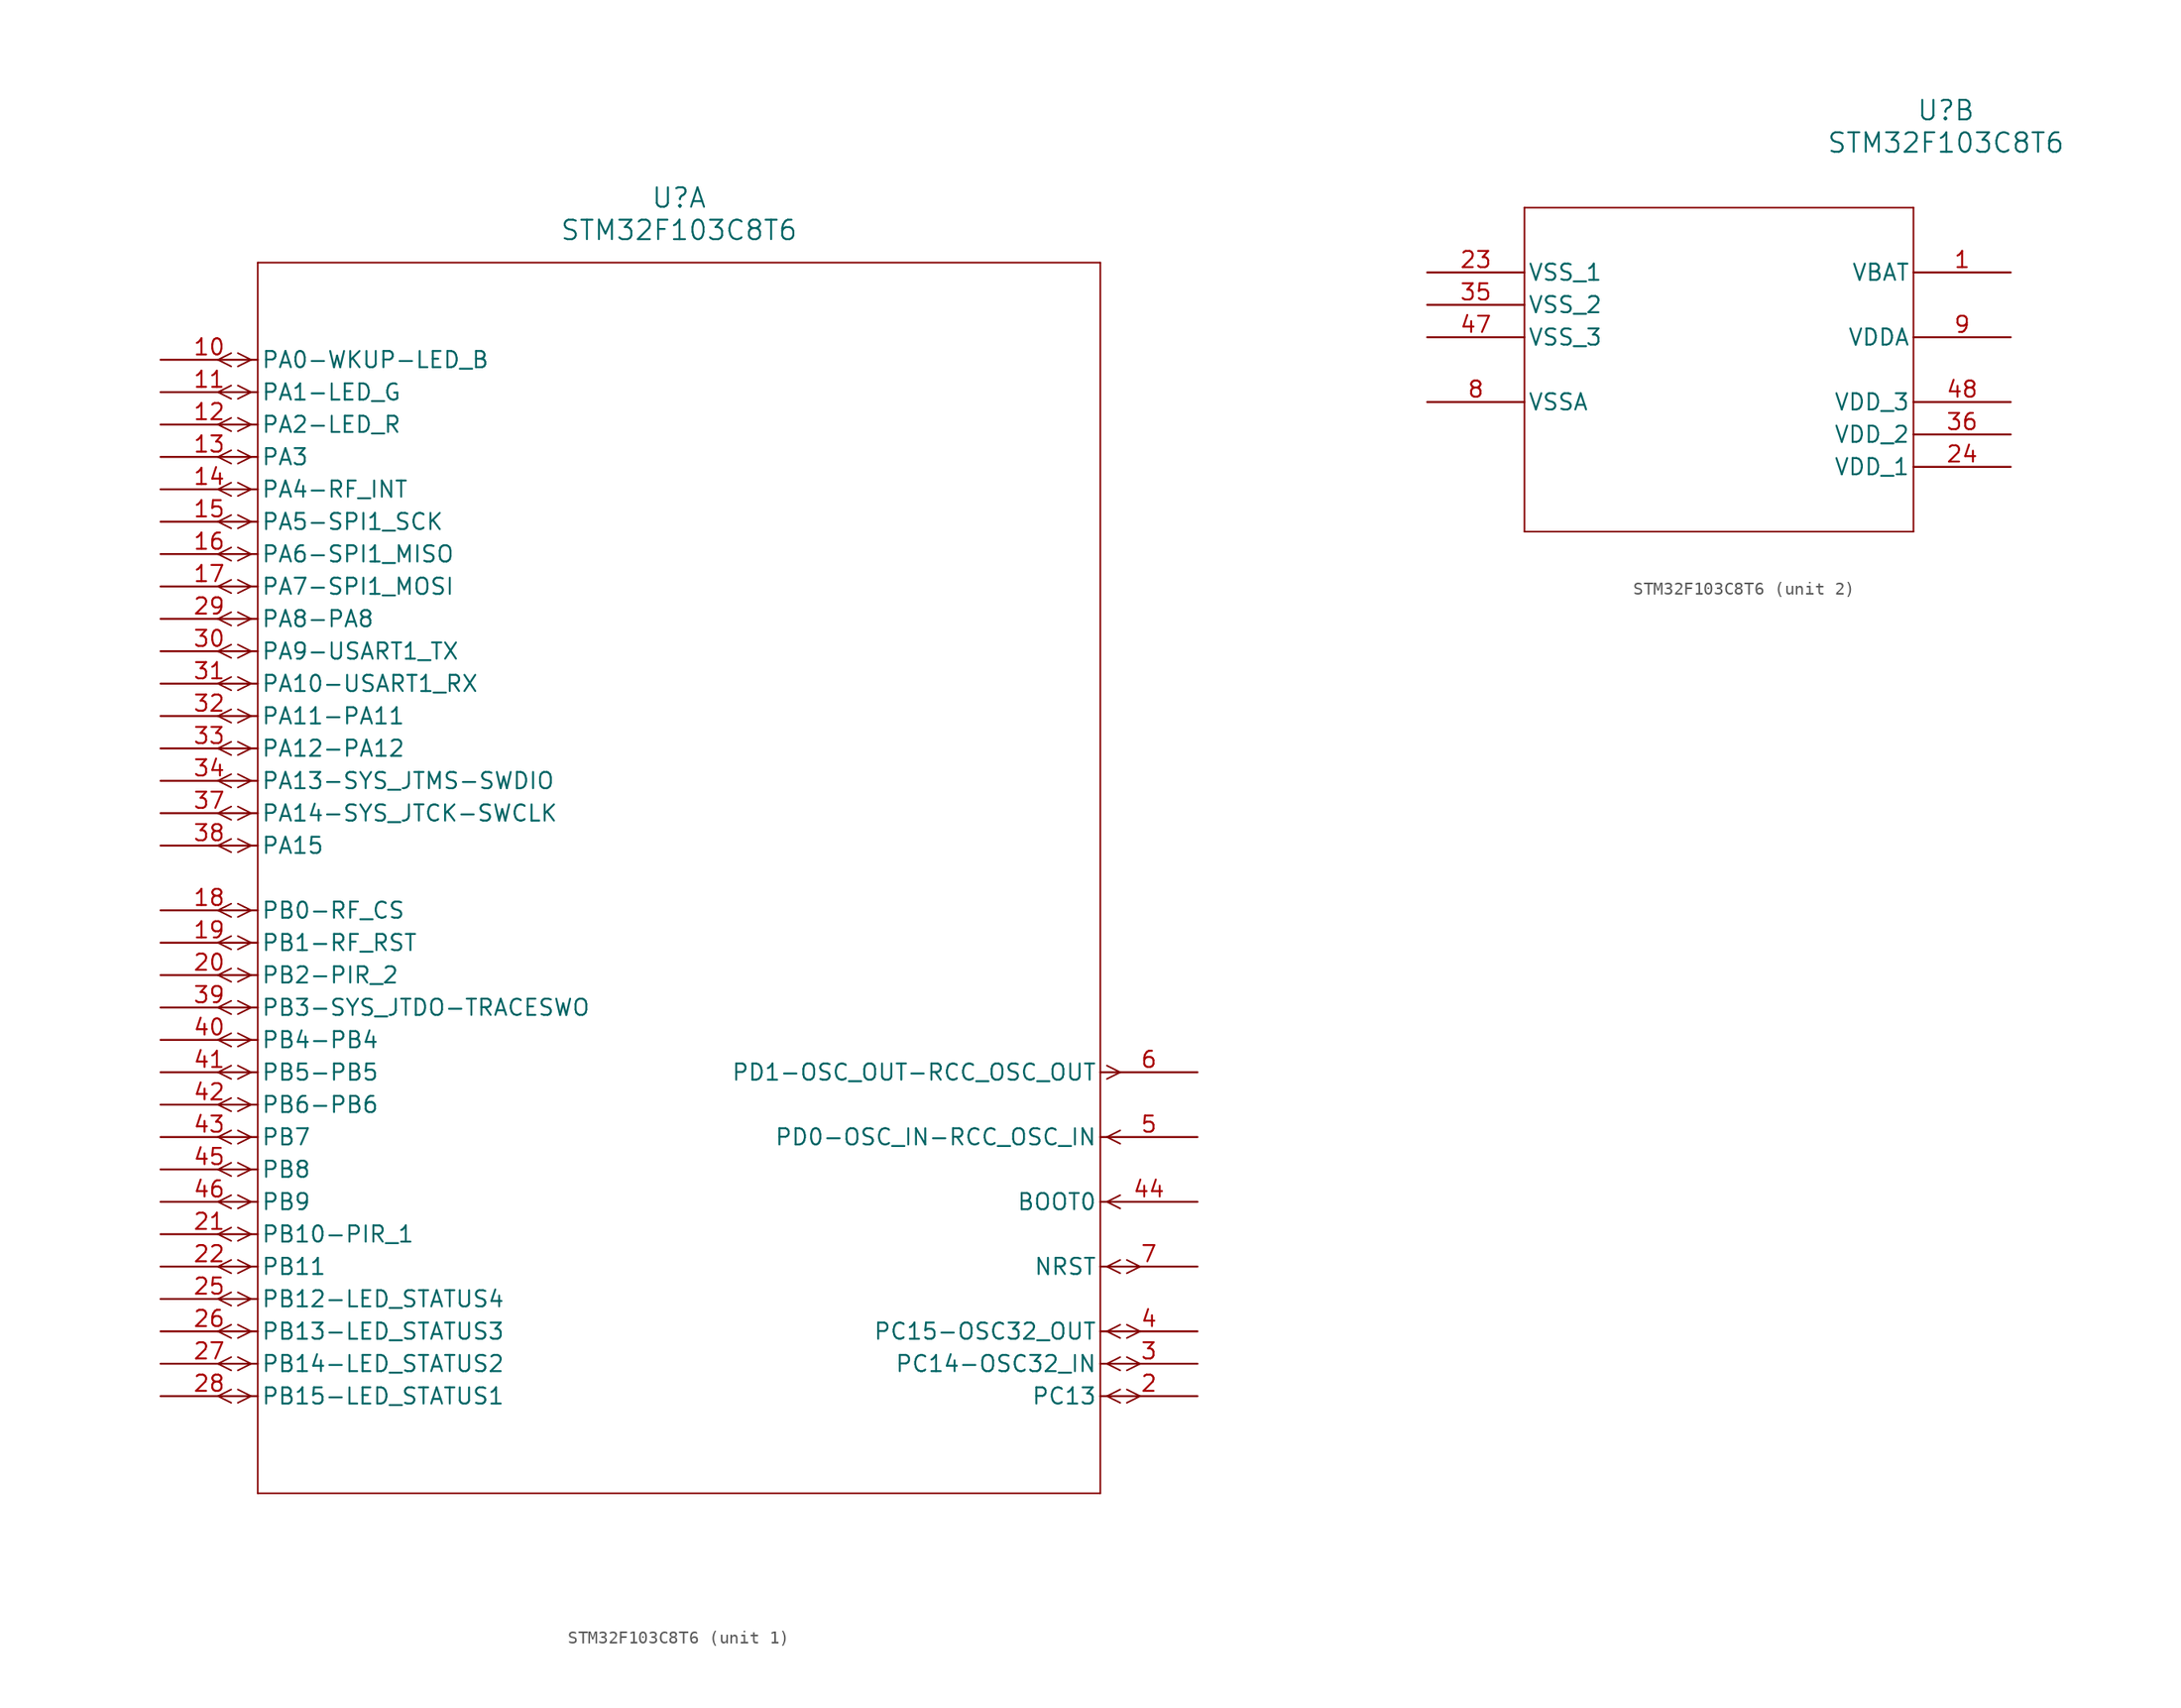
<source format=kicad_sym>
(kicad_symbol_lib
  (version 20211014)
  (generator kicad_symbol_editor)
  (symbol "STM32F103C8T6"
    (pin_names
      (offset 0.254))
    (property "Reference" "U"
      (at 40.64 12.7 0)
      (effects (font (size 1.524 1.524))))
    (property "Value" "STM32F103C8T6"
      (at 40.64 10.16 0)
      (effects (font (size 1.524 1.524))))
    (symbol "STM32F103C8T6_1_1"
      (polyline (pts (xy 7.099 0) (xy 6.058 0.521)) (stroke (width 0.127) (type default) (color 0 0 0 0)) (fill (type none)))
      (polyline (pts (xy 7.099 0) (xy 6.058 -0.521)) (stroke (width 0.127) (type default) (color 0 0 0 0)) (fill (type none)))
      (polyline (pts (xy 5.537 0.521) (xy 4.496 0)) (stroke (width 0.127) (type default) (color 0 0 0 0)) (fill (type none)))
      (polyline (pts (xy 5.537 -0.521) (xy 4.496 0)) (stroke (width 0.127) (type default) (color 0 0 0 0)) (fill (type none)))
      (polyline (pts (xy 7.099 -2.54) (xy 6.058 -2.019)) (stroke (width 0.127) (type default) (color 0 0 0 0)) (fill (type none)))
      (polyline (pts (xy 7.099 -2.54) (xy 6.058 -3.061)) (stroke (width 0.127) (type default) (color 0 0 0 0)) (fill (type none)))
      (polyline (pts (xy 5.537 -2.019) (xy 4.496 -2.54)) (stroke (width 0.127) (type default) (color 0 0 0 0)) (fill (type none)))
      (polyline (pts (xy 5.537 -3.061) (xy 4.496 -2.54)) (stroke (width 0.127) (type default) (color 0 0 0 0)) (fill (type none)))
      (polyline (pts (xy 7.099 -5.08) (xy 6.058 -4.559)) (stroke (width 0.127) (type default) (color 0 0 0 0)) (fill (type none)))
      (polyline (pts (xy 7.099 -5.08) (xy 6.058 -5.601)) (stroke (width 0.127) (type default) (color 0 0 0 0)) (fill (type none)))
      (polyline (pts (xy 5.537 -4.559) (xy 4.496 -5.08)) (stroke (width 0.127) (type default) (color 0 0 0 0)) (fill (type none)))
      (polyline (pts (xy 5.537 -5.601) (xy 4.496 -5.08)) (stroke (width 0.127) (type default) (color 0 0 0 0)) (fill (type none)))
      (polyline (pts (xy 7.099 -7.62) (xy 6.058 -7.099)) (stroke (width 0.127) (type default) (color 0 0 0 0)) (fill (type none)))
      (polyline (pts (xy 7.099 -7.62) (xy 6.058 -8.141)) (stroke (width 0.127) (type default) (color 0 0 0 0)) (fill (type none)))
      (polyline (pts (xy 5.537 -7.099) (xy 4.496 -7.62)) (stroke (width 0.127) (type default) (color 0 0 0 0)) (fill (type none)))
      (polyline (pts (xy 5.537 -8.141) (xy 4.496 -7.62)) (stroke (width 0.127) (type default) (color 0 0 0 0)) (fill (type none)))
      (polyline (pts (xy 7.099 -10.16) (xy 6.058 -9.639)) (stroke (width 0.127) (type default) (color 0 0 0 0)) (fill (type none)))
      (polyline (pts (xy 7.099 -10.16) (xy 6.058 -10.681)) (stroke (width 0.127) (type default) (color 0 0 0 0)) (fill (type none)))
      (polyline (pts (xy 5.537 -9.639) (xy 4.496 -10.16)) (stroke (width 0.127) (type default) (color 0 0 0 0)) (fill (type none)))
      (polyline (pts (xy 5.537 -10.681) (xy 4.496 -10.16)) (stroke (width 0.127) (type default) (color 0 0 0 0)) (fill (type none)))
      (polyline (pts (xy 7.099 -12.7) (xy 6.058 -12.179)) (stroke (width 0.127) (type default) (color 0 0 0 0)) (fill (type none)))
      (polyline (pts (xy 7.099 -12.7) (xy 6.058 -13.221)) (stroke (width 0.127) (type default) (color 0 0 0 0)) (fill (type none)))
      (polyline (pts (xy 5.537 -12.179) (xy 4.496 -12.7)) (stroke (width 0.127) (type default) (color 0 0 0 0)) (fill (type none)))
      (polyline (pts (xy 5.537 -13.221) (xy 4.496 -12.7)) (stroke (width 0.127) (type default) (color 0 0 0 0)) (fill (type none)))
      (polyline (pts (xy 7.099 -15.24) (xy 6.058 -14.719)) (stroke (width 0.127) (type default) (color 0 0 0 0)) (fill (type none)))
      (polyline (pts (xy 7.099 -15.24) (xy 6.058 -15.761)) (stroke (width 0.127) (type default) (color 0 0 0 0)) (fill (type none)))
      (polyline (pts (xy 5.537 -14.719) (xy 4.496 -15.24)) (stroke (width 0.127) (type default) (color 0 0 0 0)) (fill (type none)))
      (polyline (pts (xy 5.537 -15.761) (xy 4.496 -15.24)) (stroke (width 0.127) (type default) (color 0 0 0 0)) (fill (type none)))
      (polyline (pts (xy 7.099 -17.78) (xy 6.058 -17.259)) (stroke (width 0.127) (type default) (color 0 0 0 0)) (fill (type none)))
      (polyline (pts (xy 7.099 -17.78) (xy 6.058 -18.301)) (stroke (width 0.127) (type default) (color 0 0 0 0)) (fill (type none)))
      (polyline (pts (xy 5.537 -17.259) (xy 4.496 -17.78)) (stroke (width 0.127) (type default) (color 0 0 0 0)) (fill (type none)))
      (polyline (pts (xy 5.537 -18.301) (xy 4.496 -17.78)) (stroke (width 0.127) (type default) (color 0 0 0 0)) (fill (type none)))
      (polyline (pts (xy 7.099 -20.32) (xy 6.058 -19.799)) (stroke (width 0.127) (type default) (color 0 0 0 0)) (fill (type none)))
      (polyline (pts (xy 7.099 -20.32) (xy 6.058 -20.841)) (stroke (width 0.127) (type default) (color 0 0 0 0)) (fill (type none)))
      (polyline (pts (xy 5.537 -19.799) (xy 4.496 -20.32)) (stroke (width 0.127) (type default) (color 0 0 0 0)) (fill (type none)))
      (polyline (pts (xy 5.537 -20.841) (xy 4.496 -20.32)) (stroke (width 0.127) (type default) (color 0 0 0 0)) (fill (type none)))
      (polyline (pts (xy 7.099 -22.86) (xy 6.058 -22.339)) (stroke (width 0.127) (type default) (color 0 0 0 0)) (fill (type none)))
      (polyline (pts (xy 7.099 -22.86) (xy 6.058 -23.381)) (stroke (width 0.127) (type default) (color 0 0 0 0)) (fill (type none)))
      (polyline (pts (xy 5.537 -22.339) (xy 4.496 -22.86)) (stroke (width 0.127) (type default) (color 0 0 0 0)) (fill (type none)))
      (polyline (pts (xy 5.537 -23.381) (xy 4.496 -22.86)) (stroke (width 0.127) (type default) (color 0 0 0 0)) (fill (type none)))
      (polyline (pts (xy 7.099 -25.4) (xy 6.058 -24.879)) (stroke (width 0.127) (type default) (color 0 0 0 0)) (fill (type none)))
      (polyline (pts (xy 7.099 -25.4) (xy 6.058 -25.921)) (stroke (width 0.127) (type default) (color 0 0 0 0)) (fill (type none)))
      (polyline (pts (xy 5.537 -24.879) (xy 4.496 -25.4)) (stroke (width 0.127) (type default) (color 0 0 0 0)) (fill (type none)))
      (polyline (pts (xy 5.537 -25.921) (xy 4.496 -25.4)) (stroke (width 0.127) (type default) (color 0 0 0 0)) (fill (type none)))
      (polyline (pts (xy 7.099 -27.94) (xy 6.058 -27.419)) (stroke (width 0.127) (type default) (color 0 0 0 0)) (fill (type none)))
      (polyline (pts (xy 7.099 -27.94) (xy 6.058 -28.461)) (stroke (width 0.127) (type default) (color 0 0 0 0)) (fill (type none)))
      (polyline (pts (xy 5.537 -27.419) (xy 4.496 -27.94)) (stroke (width 0.127) (type default) (color 0 0 0 0)) (fill (type none)))
      (polyline (pts (xy 5.537 -28.461) (xy 4.496 -27.94)) (stroke (width 0.127) (type default) (color 0 0 0 0)) (fill (type none)))
      (polyline (pts (xy 7.099 -30.48) (xy 6.058 -29.959)) (stroke (width 0.127) (type default) (color 0 0 0 0)) (fill (type none)))
      (polyline (pts (xy 7.099 -30.48) (xy 6.058 -31.001)) (stroke (width 0.127) (type default) (color 0 0 0 0)) (fill (type none)))
      (polyline (pts (xy 5.537 -29.959) (xy 4.496 -30.48)) (stroke (width 0.127) (type default) (color 0 0 0 0)) (fill (type none)))
      (polyline (pts (xy 5.537 -31.001) (xy 4.496 -30.48)) (stroke (width 0.127) (type default) (color 0 0 0 0)) (fill (type none)))
      (polyline (pts (xy 7.099 -33.02) (xy 6.058 -32.499)) (stroke (width 0.127) (type default) (color 0 0 0 0)) (fill (type none)))
      (polyline (pts (xy 7.099 -33.02) (xy 6.058 -33.541)) (stroke (width 0.127) (type default) (color 0 0 0 0)) (fill (type none)))
      (polyline (pts (xy 5.537 -32.499) (xy 4.496 -33.02)) (stroke (width 0.127) (type default) (color 0 0 0 0)) (fill (type none)))
      (polyline (pts (xy 5.537 -33.541) (xy 4.496 -33.02)) (stroke (width 0.127) (type default) (color 0 0 0 0)) (fill (type none)))
      (polyline (pts (xy 7.099 -35.56) (xy 6.058 -35.039)) (stroke (width 0.127) (type default) (color 0 0 0 0)) (fill (type none)))
      (polyline (pts (xy 7.099 -35.56) (xy 6.058 -36.081)) (stroke (width 0.127) (type default) (color 0 0 0 0)) (fill (type none)))
      (polyline (pts (xy 5.537 -35.039) (xy 4.496 -35.56)) (stroke (width 0.127) (type default) (color 0 0 0 0)) (fill (type none)))
      (polyline (pts (xy 5.537 -36.081) (xy 4.496 -35.56)) (stroke (width 0.127) (type default) (color 0 0 0 0)) (fill (type none)))
      (polyline (pts (xy 7.099 -38.1) (xy 6.058 -37.579)) (stroke (width 0.127) (type default) (color 0 0 0 0)) (fill (type none)))
      (polyline (pts (xy 7.099 -38.1) (xy 6.058 -38.621)) (stroke (width 0.127) (type default) (color 0 0 0 0)) (fill (type none)))
      (polyline (pts (xy 5.537 -37.579) (xy 4.496 -38.1)) (stroke (width 0.127) (type default) (color 0 0 0 0)) (fill (type none)))
      (polyline (pts (xy 5.537 -38.621) (xy 4.496 -38.1)) (stroke (width 0.127) (type default) (color 0 0 0 0)) (fill (type none)))
      (polyline (pts (xy 7.099 -43.18) (xy 6.058 -42.659)) (stroke (width 0.127) (type default) (color 0 0 0 0)) (fill (type none)))
      (polyline (pts (xy 7.099 -43.18) (xy 6.058 -43.701)) (stroke (width 0.127) (type default) (color 0 0 0 0)) (fill (type none)))
      (polyline (pts (xy 5.537 -42.659) (xy 4.496 -43.18)) (stroke (width 0.127) (type default) (color 0 0 0 0)) (fill (type none)))
      (polyline (pts (xy 5.537 -43.701) (xy 4.496 -43.18)) (stroke (width 0.127) (type default) (color 0 0 0 0)) (fill (type none)))
      (polyline (pts (xy 7.099 -45.72) (xy 6.058 -45.199)) (stroke (width 0.127) (type default) (color 0 0 0 0)) (fill (type none)))
      (polyline (pts (xy 7.099 -45.72) (xy 6.058 -46.241)) (stroke (width 0.127) (type default) (color 0 0 0 0)) (fill (type none)))
      (polyline (pts (xy 5.537 -45.199) (xy 4.496 -45.72)) (stroke (width 0.127) (type default) (color 0 0 0 0)) (fill (type none)))
      (polyline (pts (xy 5.537 -46.241) (xy 4.496 -45.72)) (stroke (width 0.127) (type default) (color 0 0 0 0)) (fill (type none)))
      (polyline (pts (xy 7.099 -48.26) (xy 6.058 -47.739)) (stroke (width 0.127) (type default) (color 0 0 0 0)) (fill (type none)))
      (polyline (pts (xy 7.099 -48.26) (xy 6.058 -48.781)) (stroke (width 0.127) (type default) (color 0 0 0 0)) (fill (type none)))
      (polyline (pts (xy 5.537 -47.739) (xy 4.496 -48.26)) (stroke (width 0.127) (type default) (color 0 0 0 0)) (fill (type none)))
      (polyline (pts (xy 5.537 -48.781) (xy 4.496 -48.26)) (stroke (width 0.127) (type default) (color 0 0 0 0)) (fill (type none)))
      (polyline (pts (xy 7.099 -50.8) (xy 6.058 -50.279)) (stroke (width 0.127) (type default) (color 0 0 0 0)) (fill (type none)))
      (polyline (pts (xy 7.099 -50.8) (xy 6.058 -51.321)) (stroke (width 0.127) (type default) (color 0 0 0 0)) (fill (type none)))
      (polyline (pts (xy 5.537 -50.279) (xy 4.496 -50.8)) (stroke (width 0.127) (type default) (color 0 0 0 0)) (fill (type none)))
      (polyline (pts (xy 5.537 -51.321) (xy 4.496 -50.8)) (stroke (width 0.127) (type default) (color 0 0 0 0)) (fill (type none)))
      (polyline (pts (xy 7.099 -53.34) (xy 6.058 -52.819)) (stroke (width 0.127) (type default) (color 0 0 0 0)) (fill (type none)))
      (polyline (pts (xy 7.099 -53.34) (xy 6.058 -53.861)) (stroke (width 0.127) (type default) (color 0 0 0 0)) (fill (type none)))
      (polyline (pts (xy 5.537 -52.819) (xy 4.496 -53.34)) (stroke (width 0.127) (type default) (color 0 0 0 0)) (fill (type none)))
      (polyline (pts (xy 5.537 -53.861) (xy 4.496 -53.34)) (stroke (width 0.127) (type default) (color 0 0 0 0)) (fill (type none)))
      (polyline (pts (xy 7.099 -55.88) (xy 6.058 -55.359)) (stroke (width 0.127) (type default) (color 0 0 0 0)) (fill (type none)))
      (polyline (pts (xy 7.099 -55.88) (xy 6.058 -56.401)) (stroke (width 0.127) (type default) (color 0 0 0 0)) (fill (type none)))
      (polyline (pts (xy 5.537 -55.359) (xy 4.496 -55.88)) (stroke (width 0.127) (type default) (color 0 0 0 0)) (fill (type none)))
      (polyline (pts (xy 5.537 -56.401) (xy 4.496 -55.88)) (stroke (width 0.127) (type default) (color 0 0 0 0)) (fill (type none)))
      (polyline (pts (xy 7.099 -58.42) (xy 6.058 -57.899)) (stroke (width 0.127) (type default) (color 0 0 0 0)) (fill (type none)))
      (polyline (pts (xy 7.099 -58.42) (xy 6.058 -58.941)) (stroke (width 0.127) (type default) (color 0 0 0 0)) (fill (type none)))
      (polyline (pts (xy 5.537 -57.899) (xy 4.496 -58.42)) (stroke (width 0.127) (type default) (color 0 0 0 0)) (fill (type none)))
      (polyline (pts (xy 5.537 -58.941) (xy 4.496 -58.42)) (stroke (width 0.127) (type default) (color 0 0 0 0)) (fill (type none)))
      (polyline (pts (xy 7.099 -60.96) (xy 6.058 -60.439)) (stroke (width 0.127) (type default) (color 0 0 0 0)) (fill (type none)))
      (polyline (pts (xy 7.099 -60.96) (xy 6.058 -61.481)) (stroke (width 0.127) (type default) (color 0 0 0 0)) (fill (type none)))
      (polyline (pts (xy 5.537 -60.439) (xy 4.496 -60.96)) (stroke (width 0.127) (type default) (color 0 0 0 0)) (fill (type none)))
      (polyline (pts (xy 5.537 -61.481) (xy 4.496 -60.96)) (stroke (width 0.127) (type default) (color 0 0 0 0)) (fill (type none)))
      (polyline (pts (xy 7.099 -63.5) (xy 6.058 -62.979)) (stroke (width 0.127) (type default) (color 0 0 0 0)) (fill (type none)))
      (polyline (pts (xy 7.099 -63.5) (xy 6.058 -64.021)) (stroke (width 0.127) (type default) (color 0 0 0 0)) (fill (type none)))
      (polyline (pts (xy 5.537 -62.979) (xy 4.496 -63.5)) (stroke (width 0.127) (type default) (color 0 0 0 0)) (fill (type none)))
      (polyline (pts (xy 5.537 -64.021) (xy 4.496 -63.5)) (stroke (width 0.127) (type default) (color 0 0 0 0)) (fill (type none)))
      (polyline (pts (xy 7.099 -66.04) (xy 6.058 -65.519)) (stroke (width 0.127) (type default) (color 0 0 0 0)) (fill (type none)))
      (polyline (pts (xy 7.099 -66.04) (xy 6.058 -66.561)) (stroke (width 0.127) (type default) (color 0 0 0 0)) (fill (type none)))
      (polyline (pts (xy 5.537 -65.519) (xy 4.496 -66.04)) (stroke (width 0.127) (type default) (color 0 0 0 0)) (fill (type none)))
      (polyline (pts (xy 5.537 -66.561) (xy 4.496 -66.04)) (stroke (width 0.127) (type default) (color 0 0 0 0)) (fill (type none)))
      (polyline (pts (xy 7.099 -68.58) (xy 6.058 -68.059)) (stroke (width 0.127) (type default) (color 0 0 0 0)) (fill (type none)))
      (polyline (pts (xy 7.099 -68.58) (xy 6.058 -69.101)) (stroke (width 0.127) (type default) (color 0 0 0 0)) (fill (type none)))
      (polyline (pts (xy 5.537 -68.059) (xy 4.496 -68.58)) (stroke (width 0.127) (type default) (color 0 0 0 0)) (fill (type none)))
      (polyline (pts (xy 5.537 -69.101) (xy 4.496 -68.58)) (stroke (width 0.127) (type default) (color 0 0 0 0)) (fill (type none)))
      (polyline (pts (xy 7.099 -71.12) (xy 6.058 -70.599)) (stroke (width 0.127) (type default) (color 0 0 0 0)) (fill (type none)))
      (polyline (pts (xy 7.099 -71.12) (xy 6.058 -71.641)) (stroke (width 0.127) (type default) (color 0 0 0 0)) (fill (type none)))
      (polyline (pts (xy 5.537 -70.599) (xy 4.496 -71.12)) (stroke (width 0.127) (type default) (color 0 0 0 0)) (fill (type none)))
      (polyline (pts (xy 5.537 -71.641) (xy 4.496 -71.12)) (stroke (width 0.127) (type default) (color 0 0 0 0)) (fill (type none)))
      (polyline (pts (xy 7.099 -73.66) (xy 6.058 -73.139)) (stroke (width 0.127) (type default) (color 0 0 0 0)) (fill (type none)))
      (polyline (pts (xy 7.099 -73.66) (xy 6.058 -74.181)) (stroke (width 0.127) (type default) (color 0 0 0 0)) (fill (type none)))
      (polyline (pts (xy 5.537 -73.139) (xy 4.496 -73.66)) (stroke (width 0.127) (type default) (color 0 0 0 0)) (fill (type none)))
      (polyline (pts (xy 5.537 -74.181) (xy 4.496 -73.66)) (stroke (width 0.127) (type default) (color 0 0 0 0)) (fill (type none)))
      (polyline (pts (xy 7.099 -76.2) (xy 6.058 -75.679)) (stroke (width 0.127) (type default) (color 0 0 0 0)) (fill (type none)))
      (polyline (pts (xy 7.099 -76.2) (xy 6.058 -76.721)) (stroke (width 0.127) (type default) (color 0 0 0 0)) (fill (type none)))
      (polyline (pts (xy 5.537 -75.679) (xy 4.496 -76.2)) (stroke (width 0.127) (type default) (color 0 0 0 0)) (fill (type none)))
      (polyline (pts (xy 5.537 -76.721) (xy 4.496 -76.2)) (stroke (width 0.127) (type default) (color 0 0 0 0)) (fill (type none)))
      (polyline (pts (xy 7.099 -78.74) (xy 6.058 -78.219)) (stroke (width 0.127) (type default) (color 0 0 0 0)) (fill (type none)))
      (polyline (pts (xy 7.099 -78.74) (xy 6.058 -79.261)) (stroke (width 0.127) (type default) (color 0 0 0 0)) (fill (type none)))
      (polyline (pts (xy 5.537 -78.219) (xy 4.496 -78.74)) (stroke (width 0.127) (type default) (color 0 0 0 0)) (fill (type none)))
      (polyline (pts (xy 5.537 -79.261) (xy 4.496 -78.74)) (stroke (width 0.127) (type default) (color 0 0 0 0)) (fill (type none)))
      (polyline (pts (xy 7.099 -81.28) (xy 6.058 -80.759)) (stroke (width 0.127) (type default) (color 0 0 0 0)) (fill (type none)))
      (polyline (pts (xy 7.099 -81.28) (xy 6.058 -81.801)) (stroke (width 0.127) (type default) (color 0 0 0 0)) (fill (type none)))
      (polyline (pts (xy 5.537 -80.759) (xy 4.496 -81.28)) (stroke (width 0.127) (type default) (color 0 0 0 0)) (fill (type none)))
      (polyline (pts (xy 5.537 -81.801) (xy 4.496 -81.28)) (stroke (width 0.127) (type default) (color 0 0 0 0)) (fill (type none)))
      (polyline (pts (xy 74.181 -81.28) (xy 75.222 -80.759)) (stroke (width 0.127) (type default) (color 0 0 0 0)) (fill (type none)))
      (polyline (pts (xy 74.181 -81.28) (xy 75.222 -81.801)) (stroke (width 0.127) (type default) (color 0 0 0 0)) (fill (type none)))
      (polyline (pts (xy 75.743 -80.759) (xy 76.784 -81.28)) (stroke (width 0.127) (type default) (color 0 0 0 0)) (fill (type none)))
      (polyline (pts (xy 75.743 -81.801) (xy 76.784 -81.28)) (stroke (width 0.127) (type default) (color 0 0 0 0)) (fill (type none)))
      (polyline (pts (xy 74.181 -78.74) (xy 75.222 -78.219)) (stroke (width 0.127) (type default) (color 0 0 0 0)) (fill (type none)))
      (polyline (pts (xy 74.181 -78.74) (xy 75.222 -79.261)) (stroke (width 0.127) (type default) (color 0 0 0 0)) (fill (type none)))
      (polyline (pts (xy 75.743 -78.219) (xy 76.784 -78.74)) (stroke (width 0.127) (type default) (color 0 0 0 0)) (fill (type none)))
      (polyline (pts (xy 75.743 -79.261) (xy 76.784 -78.74)) (stroke (width 0.127) (type default) (color 0 0 0 0)) (fill (type none)))
      (polyline (pts (xy 74.181 -76.2) (xy 75.222 -75.679)) (stroke (width 0.127) (type default) (color 0 0 0 0)) (fill (type none)))
      (polyline (pts (xy 74.181 -76.2) (xy 75.222 -76.721)) (stroke (width 0.127) (type default) (color 0 0 0 0)) (fill (type none)))
      (polyline (pts (xy 75.743 -75.679) (xy 76.784 -76.2)) (stroke (width 0.127) (type default) (color 0 0 0 0)) (fill (type none)))
      (polyline (pts (xy 75.743 -76.721) (xy 76.784 -76.2)) (stroke (width 0.127) (type default) (color 0 0 0 0)) (fill (type none)))
      (polyline (pts (xy 74.181 -71.12) (xy 75.222 -70.599)) (stroke (width 0.127) (type default) (color 0 0 0 0)) (fill (type none)))
      (polyline (pts (xy 74.181 -71.12) (xy 75.222 -71.641)) (stroke (width 0.127) (type default) (color 0 0 0 0)) (fill (type none)))
      (polyline (pts (xy 75.743 -70.599) (xy 76.784 -71.12)) (stroke (width 0.127) (type default) (color 0 0 0 0)) (fill (type none)))
      (polyline (pts (xy 75.743 -71.641) (xy 76.784 -71.12)) (stroke (width 0.127) (type default) (color 0 0 0 0)) (fill (type none)))
      (polyline (pts (xy 74.181 -66.04) (xy 75.222 -65.519)) (stroke (width 0.127) (type default) (color 0 0 0 0)) (fill (type none)))
      (polyline (pts (xy 74.181 -66.04) (xy 75.222 -66.561)) (stroke (width 0.127) (type default) (color 0 0 0 0)) (fill (type none)))
      (polyline (pts (xy 74.181 -60.96) (xy 75.222 -60.439)) (stroke (width 0.127) (type default) (color 0 0 0 0)) (fill (type none)))
      (polyline (pts (xy 74.181 -60.96) (xy 75.222 -61.481)) (stroke (width 0.127) (type default) (color 0 0 0 0)) (fill (type none)))
      (polyline (pts (xy 74.181 -55.359) (xy 75.222 -55.88)) (stroke (width 0.127) (type default) (color 0 0 0 0)) (fill (type none)))
      (polyline (pts (xy 74.181 -56.401) (xy 75.222 -55.88)) (stroke (width 0.127) (type default) (color 0 0 0 0)) (fill (type none)))
      (polyline (pts (xy 7.62 7.62) (xy 7.62 -88.9)) (stroke (width 0.127) (type default) (color 0 0 0 0)) (fill (type none)))
      (polyline (pts (xy 7.62 -88.9) (xy 73.66 -88.9)) (stroke (width 0.127) (type default) (color 0 0 0 0)) (fill (type none)))
      (polyline (pts (xy 73.66 -88.9) (xy 73.66 7.62)) (stroke (width 0.127) (type default) (color 0 0 0 0)) (fill (type none)))
      (polyline (pts (xy 73.66 7.62) (xy 7.62 7.62)) (stroke (width 0.127) (type default) (color 0 0 0 0)) (fill (type none)))
      (pin bidirectional line (at 81.28 -81.28 180) (length 7.62) (name "PC13" (effects (font (size 1.27 1.27)))) (number "2" (effects (font (size 1.27 1.27)))))
      (pin bidirectional line (at 81.28 -78.74 180) (length 7.62) (name "PC14-OSC32_IN" (effects (font (size 1.27 1.27)))) (number "3" (effects (font (size 1.27 1.27)))))
      (pin bidirectional line (at 81.28 -76.2 180) (length 7.62) (name "PC15-OSC32_OUT" (effects (font (size 1.27 1.27)))) (number "4" (effects (font (size 1.27 1.27)))))
      (pin unspecified line (at 81.28 -60.96 180) (length 7.62) (name "PD0-OSC_IN-RCC_OSC_IN" (effects (font (size 1.27 1.27)))) (number "5" (effects (font (size 1.27 1.27)))))
      (pin unspecified line (at 81.28 -55.88 180) (length 7.62) (name "PD1-OSC_OUT-RCC_OSC_OUT" (effects (font (size 1.27 1.27)))) (number "6" (effects (font (size 1.27 1.27)))))
      (pin bidirectional line (at 81.28 -71.12 180) (length 7.62) (name "NRST" (effects (font (size 1.27 1.27)))) (number "7" (effects (font (size 1.27 1.27)))))
      (pin unspecified line (at 0 0 0) (length 7.62) (name "PA0-WKUP-LED_B" (effects (font (size 1.27 1.27)))) (number "10" (effects (font (size 1.27 1.27)))))
      (pin unspecified line (at 0 -2.54 0) (length 7.62) (name "PA1-LED_G" (effects (font (size 1.27 1.27)))) (number "11" (effects (font (size 1.27 1.27)))))
      (pin unspecified line (at 0 -5.08 0) (length 7.62) (name "PA2-LED_R" (effects (font (size 1.27 1.27)))) (number "12" (effects (font (size 1.27 1.27)))))
      (pin bidirectional line (at 0 -7.62 0) (length 7.62) (name "PA3" (effects (font (size 1.27 1.27)))) (number "13" (effects (font (size 1.27 1.27)))))
      (pin unspecified line (at 0 -10.16 0) (length 7.62) (name "PA4-RF_INT" (effects (font (size 1.27 1.27)))) (number "14" (effects (font (size 1.27 1.27)))))
      (pin unspecified line (at 0 -12.7 0) (length 7.62) (name "PA5-SPI1_SCK" (effects (font (size 1.27 1.27)))) (number "15" (effects (font (size 1.27 1.27)))))
      (pin unspecified line (at 0 -15.24 0) (length 7.62) (name "PA6-SPI1_MISO" (effects (font (size 1.27 1.27)))) (number "16" (effects (font (size 1.27 1.27)))))
      (pin unspecified line (at 0 -17.78 0) (length 7.62) (name "PA7-SPI1_MOSI" (effects (font (size 1.27 1.27)))) (number "17" (effects (font (size 1.27 1.27)))))
      (pin unspecified line (at 0 -43.18 0) (length 7.62) (name "PB0-RF_CS" (effects (font (size 1.27 1.27)))) (number "18" (effects (font (size 1.27 1.27)))))
      (pin unspecified line (at 0 -45.72 0) (length 7.62) (name "PB1-RF_RST" (effects (font (size 1.27 1.27)))) (number "19" (effects (font (size 1.27 1.27)))))
      (pin unspecified line (at 0 -48.26 0) (length 7.62) (name "PB2-PIR_2" (effects (font (size 1.27 1.27)))) (number "20" (effects (font (size 1.27 1.27)))))
      (pin unspecified line (at 0 -68.58 0) (length 7.62) (name "PB10-PIR_1" (effects (font (size 1.27 1.27)))) (number "21" (effects (font (size 1.27 1.27)))))
      (pin bidirectional line (at 0 -71.12 0) (length 7.62) (name "PB11" (effects (font (size 1.27 1.27)))) (number "22" (effects (font (size 1.27 1.27)))))
      (pin unspecified line (at 0 -73.66 0) (length 7.62) (name "PB12-LED_STATUS4" (effects (font (size 1.27 1.27)))) (number "25" (effects (font (size 1.27 1.27)))))
      (pin unspecified line (at 0 -76.2 0) (length 7.62) (name "PB13-LED_STATUS3" (effects (font (size 1.27 1.27)))) (number "26" (effects (font (size 1.27 1.27)))))
      (pin unspecified line (at 0 -78.74 0) (length 7.62) (name "PB14-LED_STATUS2" (effects (font (size 1.27 1.27)))) (number "27" (effects (font (size 1.27 1.27)))))
      (pin unspecified line (at 0 -81.28 0) (length 7.62) (name "PB15-LED_STATUS1" (effects (font (size 1.27 1.27)))) (number "28" (effects (font (size 1.27 1.27)))))
      (pin unspecified line (at 0 -20.32 0) (length 7.62) (name "PA8-PA8" (effects (font (size 1.27 1.27)))) (number "29" (effects (font (size 1.27 1.27)))))
      (pin unspecified line (at 0 -22.86 0) (length 7.62) (name "PA9-USART1_TX" (effects (font (size 1.27 1.27)))) (number "30" (effects (font (size 1.27 1.27)))))
      (pin unspecified line (at 0 -25.4 0) (length 7.62) (name "PA10-USART1_RX" (effects (font (size 1.27 1.27)))) (number "31" (effects (font (size 1.27 1.27)))))
      (pin unspecified line (at 0 -27.94 0) (length 7.62) (name "PA11-PA11" (effects (font (size 1.27 1.27)))) (number "32" (effects (font (size 1.27 1.27)))))
      (pin unspecified line (at 0 -30.48 0) (length 7.62) (name "PA12-PA12" (effects (font (size 1.27 1.27)))) (number "33" (effects (font (size 1.27 1.27)))))
      (pin unspecified line (at 0 -33.02 0) (length 7.62) (name "PA13-SYS_JTMS-SWDIO" (effects (font (size 1.27 1.27)))) (number "34" (effects (font (size 1.27 1.27)))))
      (pin unspecified line (at 0 -35.56 0) (length 7.62) (name "PA14-SYS_JTCK-SWCLK" (effects (font (size 1.27 1.27)))) (number "37" (effects (font (size 1.27 1.27)))))
      (pin bidirectional line (at 0 -38.1 0) (length 7.62) (name "PA15" (effects (font (size 1.27 1.27)))) (number "38" (effects (font (size 1.27 1.27)))))
      (pin unspecified line (at 0 -50.8 0) (length 7.62) (name "PB3-SYS_JTDO-TRACESWO" (effects (font (size 1.27 1.27)))) (number "39" (effects (font (size 1.27 1.27)))))
      (pin unspecified line (at 0 -53.34 0) (length 7.62) (name "PB4-PB4" (effects (font (size 1.27 1.27)))) (number "40" (effects (font (size 1.27 1.27)))))
      (pin unspecified line (at 0 -55.88 0) (length 7.62) (name "PB5-PB5" (effects (font (size 1.27 1.27)))) (number "41" (effects (font (size 1.27 1.27)))))
      (pin unspecified line (at 0 -58.42 0) (length 7.62) (name "PB6-PB6" (effects (font (size 1.27 1.27)))) (number "42" (effects (font (size 1.27 1.27)))))
      (pin bidirectional line (at 0 -60.96 0) (length 7.62) (name "PB7" (effects (font (size 1.27 1.27)))) (number "43" (effects (font (size 1.27 1.27)))))
      (pin input line (at 81.28 -66.04 180) (length 7.62) (name "BOOT0" (effects (font (size 1.27 1.27)))) (number "44" (effects (font (size 1.27 1.27)))))
      (pin bidirectional line (at 0 -63.5 0) (length 7.62) (name "PB8" (effects (font (size 1.27 1.27)))) (number "45" (effects (font (size 1.27 1.27)))))
      (pin bidirectional line (at 0 -66.04 0) (length 7.62) (name "PB9" (effects (font (size 1.27 1.27)))) (number "46" (effects (font (size 1.27 1.27))))))
    (symbol "STM32F103C8T6_2_1"
      (polyline (pts (xy 7.62 5.08) (xy 7.62 -20.32)) (stroke (width 0.127) (type default) (color 0 0 0 0)) (fill (type none)))
      (polyline (pts (xy 7.62 -20.32) (xy 38.1 -20.32)) (stroke (width 0.127) (type default) (color 0 0 0 0)) (fill (type none)))
      (polyline (pts (xy 38.1 -20.32) (xy 38.1 5.08)) (stroke (width 0.127) (type default) (color 0 0 0 0)) (fill (type none)))
      (polyline (pts (xy 38.1 5.08) (xy 7.62 5.08)) (stroke (width 0.127) (type default) (color 0 0 0 0)) (fill (type none)))
      (pin power_in line (at 45.72 0 180) (length 7.62) (name "VBAT" (effects (font (size 1.27 1.27)))) (number "1" (effects (font (size 1.27 1.27)))))
      (pin power_in line (at 0 -10.16 0) (length 7.62) (name "VSSA" (effects (font (size 1.27 1.27)))) (number "8" (effects (font (size 1.27 1.27)))))
      (pin power_in line (at 45.72 -5.08 180) (length 7.62) (name "VDDA" (effects (font (size 1.27 1.27)))) (number "9" (effects (font (size 1.27 1.27)))))
      (pin power_in line (at 0 0 0) (length 7.62) (name "VSS_1" (effects (font (size 1.27 1.27)))) (number "23" (effects (font (size 1.27 1.27)))))
      (pin power_in line (at 45.72 -15.24 180) (length 7.62) (name "VDD_1" (effects (font (size 1.27 1.27)))) (number "24" (effects (font (size 1.27 1.27)))))
      (pin power_in line (at 0 -2.54 0) (length 7.62) (name "VSS_2" (effects (font (size 1.27 1.27)))) (number "35" (effects (font (size 1.27 1.27)))))
      (pin power_in line (at 45.72 -12.7 180) (length 7.62) (name "VDD_2" (effects (font (size 1.27 1.27)))) (number "36" (effects (font (size 1.27 1.27)))))
      (pin power_in line (at 0 -5.08 0) (length 7.62) (name "VSS_3" (effects (font (size 1.27 1.27)))) (number "47" (effects (font (size 1.27 1.27)))))
      (pin power_in line (at 45.72 -10.16 180) (length 7.62) (name "VDD_3" (effects (font (size 1.27 1.27)))) (number "48" (effects (font (size 1.27 1.27))))))))
</source>
